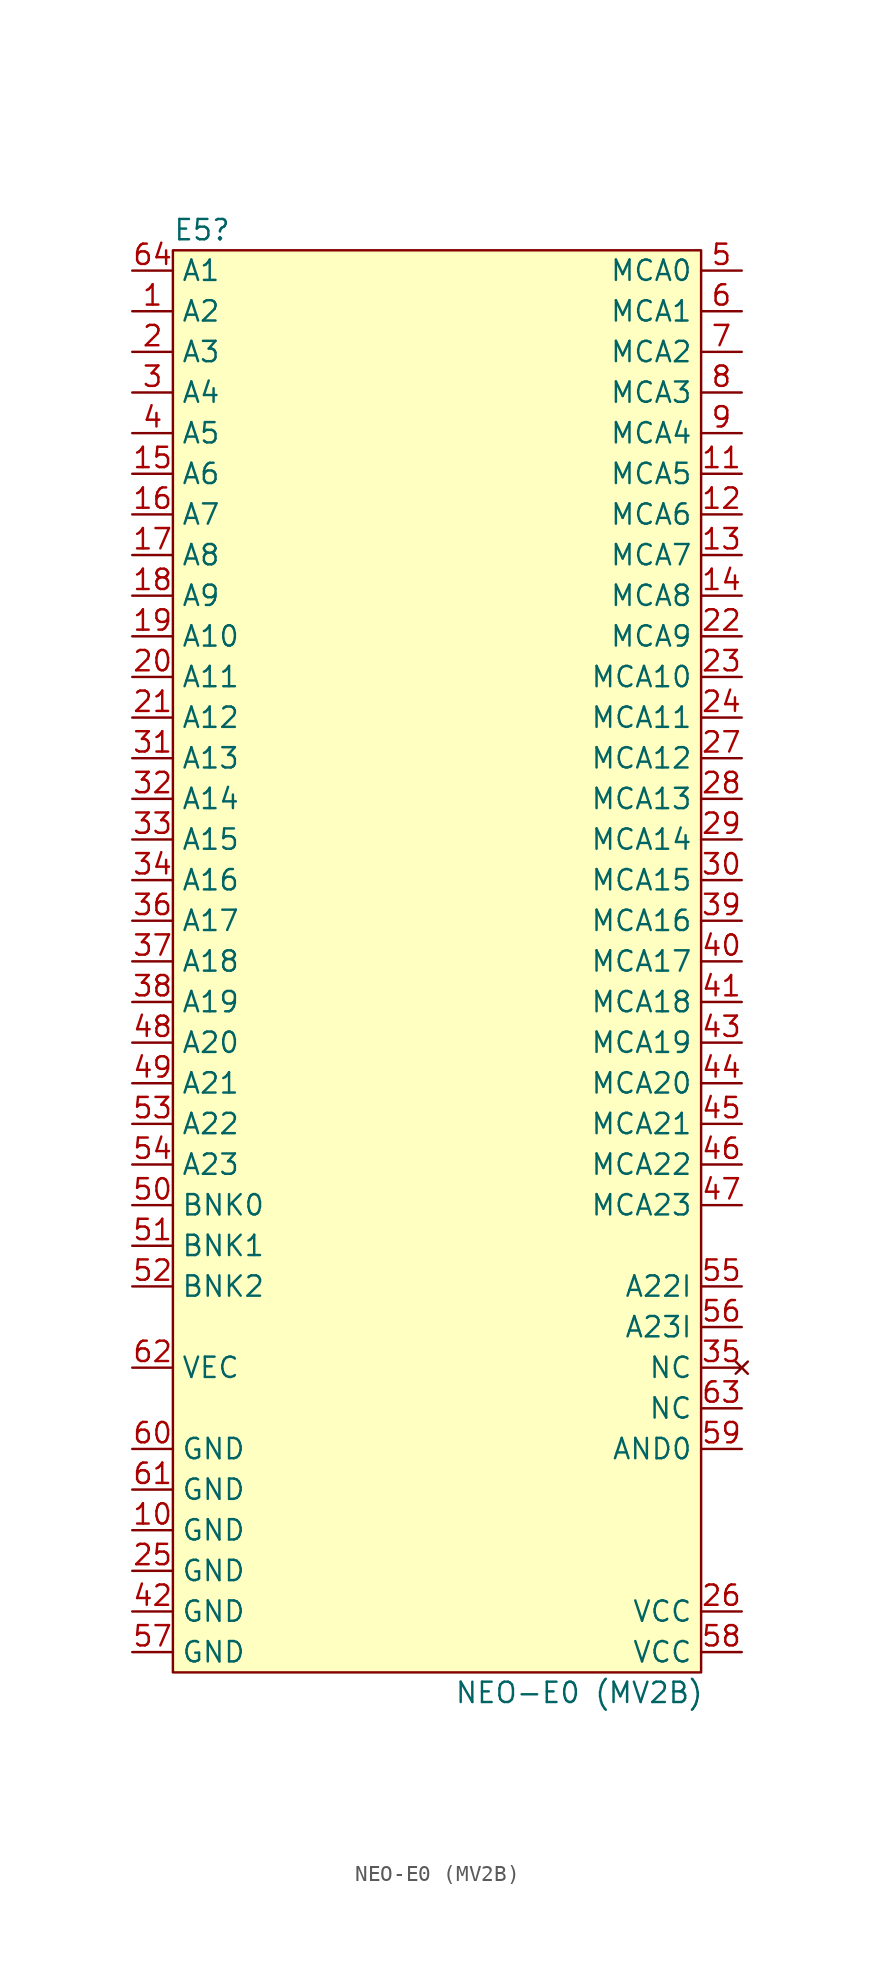
<source format=kicad_sym>
(kicad_symbol_lib
  (version 20220914)
  (generator kicad_symbol_editor)
  (symbol "NEO-E0 (MV2B)"
    (property "Reference" "E5"
      (at -16.51 45.72 0)
      (effects (font (size 1.27 1.27)) (justify left)))
    (property "Value" "NEO-E0 (MV2B)"
      (at 8.89 -45.72 0)
      (effects (font (size 1.27 1.27))))
    (symbol "NEO-E0 (MV2B)_0_0"
      (pin input line (at -19.05 40.64 0) (length 2.54) (name "A2" (effects (font (size 1.27 1.27)))) (number "1" (effects (font (size 1.27 1.27)))))
      (pin power_in line (at -19.05 -35.56 0) (length 2.54) (name "GND" (effects (font (size 1.27 1.27)))) (number "10" (effects (font (size 1.27 1.27)))))
      (pin output line (at 19.05 30.48 180) (length 2.54) (name "MCA5" (effects (font (size 1.27 1.27)))) (number "11" (effects (font (size 1.27 1.27)))))
      (pin output line (at 19.05 27.94 180) (length 2.54) (name "MCA6" (effects (font (size 1.27 1.27)))) (number "12" (effects (font (size 1.27 1.27)))))
      (pin output line (at 19.05 25.4 180) (length 2.54) (name "MCA7" (effects (font (size 1.27 1.27)))) (number "13" (effects (font (size 1.27 1.27)))))
      (pin output line (at 19.05 22.86 180) (length 2.54) (name "MCA8" (effects (font (size 1.27 1.27)))) (number "14" (effects (font (size 1.27 1.27)))))
      (pin input line (at -19.05 30.48 0) (length 2.54) (name "A6" (effects (font (size 1.27 1.27)))) (number "15" (effects (font (size 1.27 1.27)))))
      (pin input line (at -19.05 27.94 0) (length 2.54) (name "A7" (effects (font (size 1.27 1.27)))) (number "16" (effects (font (size 1.27 1.27)))))
      (pin input line (at -19.05 25.4 0) (length 2.54) (name "A8" (effects (font (size 1.27 1.27)))) (number "17" (effects (font (size 1.27 1.27)))))
      (pin input line (at -19.05 22.86 0) (length 2.54) (name "A9" (effects (font (size 1.27 1.27)))) (number "18" (effects (font (size 1.27 1.27)))))
      (pin input line (at -19.05 20.32 0) (length 2.54) (name "A10" (effects (font (size 1.27 1.27)))) (number "19" (effects (font (size 1.27 1.27)))))
      (pin input line (at -19.05 38.1 0) (length 2.54) (name "A3" (effects (font (size 1.27 1.27)))) (number "2" (effects (font (size 1.27 1.27)))))
      (pin input line (at -19.05 17.78 0) (length 2.54) (name "A11" (effects (font (size 1.27 1.27)))) (number "20" (effects (font (size 1.27 1.27)))))
      (pin input line (at -19.05 15.24 0) (length 2.54) (name "A12" (effects (font (size 1.27 1.27)))) (number "21" (effects (font (size 1.27 1.27)))))
      (pin output line (at 19.05 20.32 180) (length 2.54) (name "MCA9" (effects (font (size 1.27 1.27)))) (number "22" (effects (font (size 1.27 1.27)))))
      (pin output line (at 19.05 17.78 180) (length 2.54) (name "MCA10" (effects (font (size 1.27 1.27)))) (number "23" (effects (font (size 1.27 1.27)))))
      (pin output line (at 19.05 15.24 180) (length 2.54) (name "MCA11" (effects (font (size 1.27 1.27)))) (number "24" (effects (font (size 1.27 1.27)))))
      (pin power_in line (at -19.05 -38.1 0) (length 2.54) (name "GND" (effects (font (size 1.27 1.27)))) (number "25" (effects (font (size 1.27 1.27)))))
      (pin power_in line (at 19.05 -40.64 180) (length 2.54) (name "VCC" (effects (font (size 1.27 1.27)))) (number "26" (effects (font (size 1.27 1.27)))))
      (pin output line (at 19.05 12.7 180) (length 2.54) (name "MCA12" (effects (font (size 1.27 1.27)))) (number "27" (effects (font (size 1.27 1.27)))))
      (pin output line (at 19.05 10.16 180) (length 2.54) (name "MCA13" (effects (font (size 1.27 1.27)))) (number "28" (effects (font (size 1.27 1.27)))))
      (pin output line (at 19.05 7.62 180) (length 2.54) (name "MCA14" (effects (font (size 1.27 1.27)))) (number "29" (effects (font (size 1.27 1.27)))))
      (pin input line (at -19.05 35.56 0) (length 2.54) (name "A4" (effects (font (size 1.27 1.27)))) (number "3" (effects (font (size 1.27 1.27)))))
      (pin output line (at 19.05 5.08 180) (length 2.54) (name "MCA15" (effects (font (size 1.27 1.27)))) (number "30" (effects (font (size 1.27 1.27)))))
      (pin input line (at -19.05 12.7 0) (length 2.54) (name "A13" (effects (font (size 1.27 1.27)))) (number "31" (effects (font (size 1.27 1.27)))))
      (pin input line (at -19.05 10.16 0) (length 2.54) (name "A14" (effects (font (size 1.27 1.27)))) (number "32" (effects (font (size 1.27 1.27)))))
      (pin input line (at -19.05 7.62 0) (length 2.54) (name "A15" (effects (font (size 1.27 1.27)))) (number "33" (effects (font (size 1.27 1.27)))))
      (pin input line (at -19.05 5.08 0) (length 2.54) (name "A16" (effects (font (size 1.27 1.27)))) (number "34" (effects (font (size 1.27 1.27)))))
      (pin no_connect line (at 19.05 -25.4 180) (length 2.54) (name "NC" (effects (font (size 1.27 1.27)))) (number "35" (effects (font (size 1.27 1.27)))))
      (pin input line (at -19.05 2.54 0) (length 2.54) (name "A17" (effects (font (size 1.27 1.27)))) (number "36" (effects (font (size 1.27 1.27)))))
      (pin input line (at -19.05 0 0) (length 2.54) (name "A18" (effects (font (size 1.27 1.27)))) (number "37" (effects (font (size 1.27 1.27)))))
      (pin input line (at -19.05 -2.54 0) (length 2.54) (name "A19" (effects (font (size 1.27 1.27)))) (number "38" (effects (font (size 1.27 1.27)))))
      (pin output line (at 19.05 2.54 180) (length 2.54) (name "MCA16" (effects (font (size 1.27 1.27)))) (number "39" (effects (font (size 1.27 1.27)))))
      (pin input line (at -19.05 33.02 0) (length 2.54) (name "A5" (effects (font (size 1.27 1.27)))) (number "4" (effects (font (size 1.27 1.27)))))
      (pin output line (at 19.05 0 180) (length 2.54) (name "MCA17" (effects (font (size 1.27 1.27)))) (number "40" (effects (font (size 1.27 1.27)))))
      (pin output line (at 19.05 -2.54 180) (length 2.54) (name "MCA18" (effects (font (size 1.27 1.27)))) (number "41" (effects (font (size 1.27 1.27)))))
      (pin power_in line (at -19.05 -40.64 0) (length 2.54) (name "GND" (effects (font (size 1.27 1.27)))) (number "42" (effects (font (size 1.27 1.27)))))
      (pin output line (at 19.05 -5.08 180) (length 2.54) (name "MCA19" (effects (font (size 1.27 1.27)))) (number "43" (effects (font (size 1.27 1.27)))))
      (pin output line (at 19.05 -7.62 180) (length 2.54) (name "MCA20" (effects (font (size 1.27 1.27)))) (number "44" (effects (font (size 1.27 1.27)))))
      (pin output line (at 19.05 -10.16 180) (length 2.54) (name "MCA21" (effects (font (size 1.27 1.27)))) (number "45" (effects (font (size 1.27 1.27)))))
      (pin output line (at 19.05 -12.7 180) (length 2.54) (name "MCA22" (effects (font (size 1.27 1.27)))) (number "46" (effects (font (size 1.27 1.27)))))
      (pin output line (at 19.05 -15.24 180) (length 2.54) (name "MCA23" (effects (font (size 1.27 1.27)))) (number "47" (effects (font (size 1.27 1.27)))))
      (pin input line (at -19.05 -5.08 0) (length 2.54) (name "A20" (effects (font (size 1.27 1.27)))) (number "48" (effects (font (size 1.27 1.27)))))
      (pin input line (at -19.05 -7.62 0) (length 2.54) (name "A21" (effects (font (size 1.27 1.27)))) (number "49" (effects (font (size 1.27 1.27)))))
      (pin output line (at 19.05 43.18 180) (length 2.54) (name "MCA0" (effects (font (size 1.27 1.27)))) (number "5" (effects (font (size 1.27 1.27)))))
      (pin input line (at -19.05 -15.24 0) (length 2.54) (name "BNK0" (effects (font (size 1.27 1.27)))) (number "50" (effects (font (size 1.27 1.27)))))
      (pin input line (at -19.05 -17.78 0) (length 2.54) (name "BNK1" (effects (font (size 1.27 1.27)))) (number "51" (effects (font (size 1.27 1.27)))))
      (pin input line (at -19.05 -20.32 0) (length 2.54) (name "BNK2" (effects (font (size 1.27 1.27)))) (number "52" (effects (font (size 1.27 1.27)))))
      (pin input line (at -19.05 -10.16 0) (length 2.54) (name "A22" (effects (font (size 1.27 1.27)))) (number "53" (effects (font (size 1.27 1.27)))))
      (pin input line (at -19.05 -12.7 0) (length 2.54) (name "A23" (effects (font (size 1.27 1.27)))) (number "54" (effects (font (size 1.27 1.27)))))
      (pin output line (at 19.05 -20.32 180) (length 2.54) (name "A22I" (effects (font (size 1.27 1.27)))) (number "55" (effects (font (size 1.27 1.27)))))
      (pin output line (at 19.05 -22.86 180) (length 2.54) (name "A23I" (effects (font (size 1.27 1.27)))) (number "56" (effects (font (size 1.27 1.27)))))
      (pin power_in line (at -19.05 -43.18 0) (length 2.54) (name "GND" (effects (font (size 1.27 1.27)))) (number "57" (effects (font (size 1.27 1.27)))))
      (pin power_in line (at 19.05 -43.18 180) (length 2.54) (name "VCC" (effects (font (size 1.27 1.27)))) (number "58" (effects (font (size 1.27 1.27)))))
      (pin output line (at 19.05 -30.48 180) (length 2.54) (name "AND0" (effects (font (size 1.27 1.27)))) (number "59" (effects (font (size 1.27 1.27)))))
      (pin output line (at 19.05 40.64 180) (length 2.54) (name "MCA1" (effects (font (size 1.27 1.27)))) (number "6" (effects (font (size 1.27 1.27)))))
      (pin power_in line (at -19.05 -30.48 0) (length 2.54) (name "GND" (effects (font (size 1.27 1.27)))) (number "60" (effects (font (size 1.27 1.27)))))
      (pin power_in line (at -19.05 -33.02 0) (length 2.54) (name "GND" (effects (font (size 1.27 1.27)))) (number "61" (effects (font (size 1.27 1.27)))))
      (pin output line (at -19.05 -25.4 0) (length 2.54) (name "VEC" (effects (font (size 1.27 1.27)))) (number "62" (effects (font (size 1.27 1.27)))))
      (pin output line (at 19.05 -27.94 180) (length 2.54) (name "NC" (effects (font (size 1.27 1.27)))) (number "63" (effects (font (size 1.27 1.27)))))
      (pin input line (at -19.05 43.18 0) (length 2.54) (name "A1" (effects (font (size 1.27 1.27)))) (number "64" (effects (font (size 1.27 1.27)))))
      (pin output line (at 19.05 38.1 180) (length 2.54) (name "MCA2" (effects (font (size 1.27 1.27)))) (number "7" (effects (font (size 1.27 1.27)))))
      (pin output line (at 19.05 35.56 180) (length 2.54) (name "MCA3" (effects (font (size 1.27 1.27)))) (number "8" (effects (font (size 1.27 1.27)))))
      (pin output line (at 19.05 33.02 180) (length 2.54) (name "MCA4" (effects (font (size 1.27 1.27)))) (number "9" (effects (font (size 1.27 1.27))))))
    (symbol "NEO-E0 (MV2B)_1_1"
      (rectangle (start -16.51 44.45) (end 16.51 -44.45) (stroke (width 0) (type default)) (fill (type background))))))
</source>
